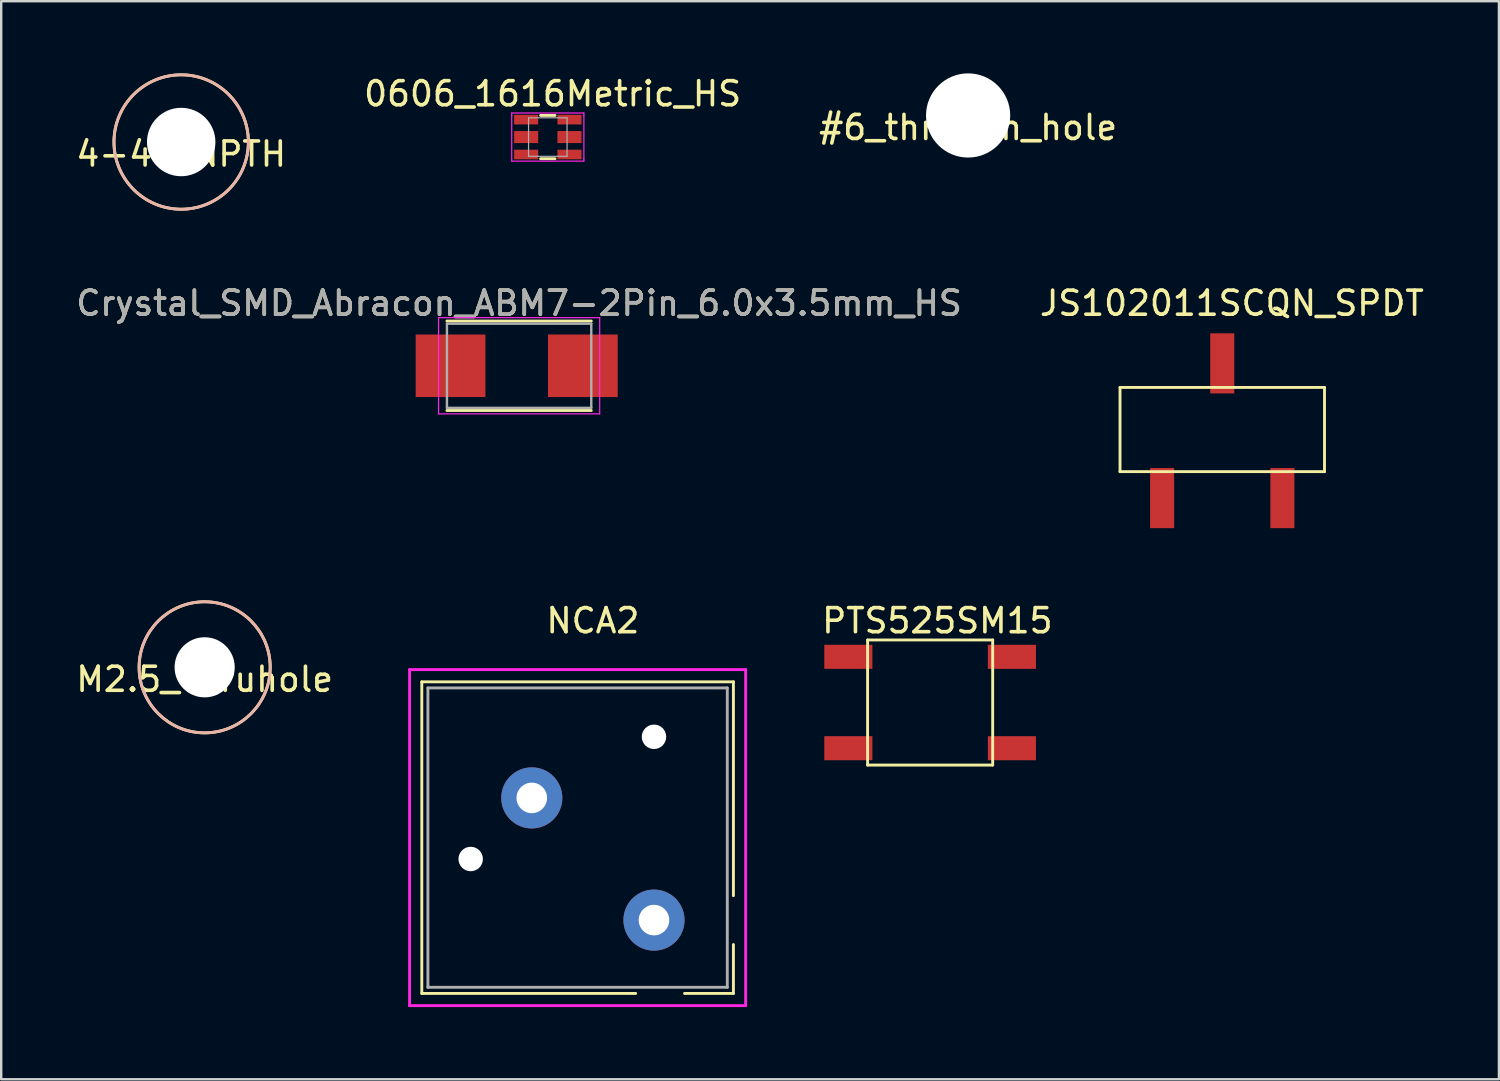
<source format=kicad_pcb>
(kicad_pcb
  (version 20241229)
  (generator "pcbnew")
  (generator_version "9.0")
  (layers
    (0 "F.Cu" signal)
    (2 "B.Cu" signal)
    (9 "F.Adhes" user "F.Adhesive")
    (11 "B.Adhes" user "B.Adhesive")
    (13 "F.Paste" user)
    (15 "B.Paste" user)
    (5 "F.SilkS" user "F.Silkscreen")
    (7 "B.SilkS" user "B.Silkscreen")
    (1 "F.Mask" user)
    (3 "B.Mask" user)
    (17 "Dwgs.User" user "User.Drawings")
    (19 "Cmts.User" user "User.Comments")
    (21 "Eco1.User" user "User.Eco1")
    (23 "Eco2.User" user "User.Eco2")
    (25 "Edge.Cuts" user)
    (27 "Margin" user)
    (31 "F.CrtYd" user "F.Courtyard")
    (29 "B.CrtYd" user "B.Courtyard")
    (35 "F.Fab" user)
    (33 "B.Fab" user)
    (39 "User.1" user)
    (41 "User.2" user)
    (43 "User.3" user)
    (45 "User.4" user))
  (footprint "4-40_NPTH"
    (layer "F.Cu")
    (at 4.482 2.854)
    (property "Reference" "4-40_NPTH" (at 0 0.5 0) (layer "F.SilkS") (effects (font (size 1 1) (thickness 0.15))))
    (attr through_hole)
    (fp_circle (center 0 0) (end 2.794 0) (stroke (width 0.12) (type solid)) (fill no) (layer "F.SilkS"))
    (fp_circle (center 0 0) (end 2.794 0) (stroke (width 0.12) (type solid)) (fill no) (layer "B.SilkS"))
    (pad "" np_thru_hole circle (at 0 0) (size 2.845 2.845) (drill 2.845) (layers "*.Cu" "*.Mask")))
  (footprint "NCA2"
    (layer "F.Cu")
    (at 24.137 35.2)
    (property "Reference" "NCA2" (at -2.54 -12.446 0) (layer "F.SilkS") (effects (font (size 1 1) (thickness 0.15))))
    (attr through_hole)
    (fp_line (start -9.652 -9.906) (end 3.302 -9.906) (stroke (width 0.12) (type solid)) (layer "F.SilkS"))
    (fp_line (start -9.652 3.048) (end -9.652 -9.906) (stroke (width 0.12) (type solid)) (layer "F.SilkS"))
    (fp_line (start -0.762 3.048) (end -9.652 3.048) (stroke (width 0.12) (type solid)) (layer "F.SilkS"))
    (fp_line (start 3.302 -9.906) (end 3.302 -1.016) (stroke (width 0.12) (type solid)) (layer "F.SilkS"))
    (fp_line (start 3.302 3.048) (end 1.27 3.048) (stroke (width 0.12) (type solid)) (layer "F.SilkS"))
    (fp_line (start 3.302 3.048) (end 3.302 1.016) (stroke (width 0.12) (type solid)) (layer "F.SilkS"))
    (fp_line (start -10.16 -10.414) (end 3.81 -10.414) (stroke (width 0.12) (type solid)) (layer "F.CrtYd"))
    (fp_line (start -10.16 3.556) (end -10.16 -10.414) (stroke (width 0.12) (type solid)) (layer "F.CrtYd"))
    (fp_line (start 3.81 -10.414) (end 3.81 3.556) (stroke (width 0.12) (type solid)) (layer "F.CrtYd"))
    (fp_line (start 3.81 3.556) (end -10.16 3.556) (stroke (width 0.12) (type solid)) (layer "F.CrtYd"))
    (fp_line (start -9.398 -9.652) (end 3.048 -9.652) (stroke (width 0.12) (type solid)) (layer "F.Fab"))
    (fp_line (start -9.398 2.794) (end -9.398 -9.652) (stroke (width 0.12) (type solid)) (layer "F.Fab"))
    (fp_line (start 3.048 -9.652) (end 3.048 2.794) (stroke (width 0.12) (type solid)) (layer "F.Fab"))
    (fp_line (start 3.048 2.794) (end -9.398 2.794) (stroke (width 0.12) (type solid)) (layer "F.Fab"))
    (pad "" np_thru_hole circle (at -7.62 -2.54) (size 1.016 1.016) (drill 1.016) (layers "*.Cu" "*.Mask"))
    (pad "" np_thru_hole circle (at 0 -7.62) (size 1.016 1.016) (drill 1.016) (layers "*.Cu" "*.Mask"))
    (pad "1" thru_hole circle (at 0 0) (size 2.54 2.54) (drill 1.27) (layers "*.Cu" "*.Mask"))
    (pad "2" thru_hole circle (at -5.08 -5.08) (size 2.54 2.54) (drill 1.27) (layers "*.Cu" "*.Mask")))
  (footprint "0606_1616Metric_HS"
    (layer "F.Cu")
    (at 19.723 2.648)
    (property "Reference" "0606_1616Metric_HS" (at 0.2 -1.8 0) (layer "F.SilkS") (effects (font (size 1 1) (thickness 0.15))))
    (attr through_hole)
    (fp_line (start -0.3 -0.9) (end 0.3 -0.9) (stroke (width 0.12) (type solid)) (layer "F.SilkS"))
    (fp_line (start -0.3 0.9) (end 0.3 0.9) (stroke (width 0.12) (type solid)) (layer "F.SilkS"))
    (fp_line (start -1.5 -1) (end -1.5 -0.9) (stroke (width 0.05) (type solid)) (layer "F.CrtYd"))
    (fp_line (start -1.5 -1) (end 1.5 -1) (stroke (width 0.05) (type solid)) (layer "F.CrtYd"))
    (fp_line (start -1.5 0.9) (end -1.5 -0.9) (stroke (width 0.05) (type solid)) (layer "F.CrtYd"))
    (fp_line (start -1.5 1) (end -1.5 0.9) (stroke (width 0.05) (type solid)) (layer "F.CrtYd"))
    (fp_line (start -1.5 1) (end 1.5 1) (stroke (width 0.05) (type solid)) (layer "F.CrtYd"))
    (fp_line (start 1.5 -0.9) (end 1.5 -1) (stroke (width 0.05) (type solid)) (layer "F.CrtYd"))
    (fp_line (start 1.5 -0.9) (end 1.5 0.9) (stroke (width 0.05) (type solid)) (layer "F.CrtYd"))
    (fp_line (start 1.5 1) (end 1.5 0.9) (stroke (width 0.05) (type solid)) (layer "F.CrtYd"))
    (fp_line (start -0.8 -0.8) (end 0.8 -0.8) (stroke (width 0.05) (type solid)) (layer "F.Fab"))
    (fp_line (start -0.8 0.8) (end -0.8 -0.8) (stroke (width 0.05) (type solid)) (layer "F.Fab"))
    (fp_line (start 0.8 -0.8) (end 0.8 0.8) (stroke (width 0.05) (type solid)) (layer "F.Fab"))
    (fp_line (start 0.8 0.8) (end -0.8 0.8) (stroke (width 0.05) (type solid)) (layer "F.Fab"))
    (pad "1" smd rect (at 0.9 -0.725 180) (size 1 0.4) (layers "F.Cu" "F.Mask" "F.Paste"))
    (pad "2" smd rect (at -0.9 -0.725) (size 1 0.4) (layers "F.Cu" "F.Mask" "F.Paste"))
    (pad "3" smd rect (at 0.9 0 180) (size 1 0.5) (layers "F.Cu" "F.Mask" "F.Paste"))
    (pad "4" smd rect (at -0.9 0) (size 1 0.5) (layers "F.Cu" "F.Mask" "F.Paste"))
    (pad "5" smd rect (at 0.9 0.725 180) (size 1 0.4) (layers "F.Cu" "F.Mask" "F.Paste"))
    (pad "6" smd rect (at -0.9 0.725) (size 1 0.4) (layers "F.Cu" "F.Mask" "F.Paste")))
  (footprint "#6_through_hole"
    (layer "F.Cu")
    (at 37.196 1.75)
    (property "Reference" "#6_through_hole" (at 0 0.5 0) (layer "F.SilkS") (effects (font (size 1 1) (thickness 0.15))))
    (attr through_hole)
    (pad "" np_thru_hole circle (at 0 0) (size 3.5 3.5) (drill 3.5) (layers "*.Cu" "*.Mask")))
  (footprint "Crystal_SMD_Abracon_ABM7-2Pin_6.0x3.5mm_HS"
    (layer "F.Cu")
    (at 18.53 12.156)
    (property "Reference" "Crystal_SMD_Abracon_ABM7-2Pin_6.0x3.5mm_HS" (at 0 -2.6 0) (layer "F.SilkS") (effects (font (size 1 1) (thickness 0.15))))
    (attr smd)
    (fp_line (start -3 -1.86) (end 3 -1.86) (stroke (width 0.12) (type solid)) (layer "F.SilkS"))
    (fp_line (start -3 1.86) (end 3 1.86) (stroke (width 0.12) (type solid)) (layer "F.SilkS"))
    (fp_line (start -3.35 -2) (end -3.35 2) (stroke (width 0.05) (type solid)) (layer "F.CrtYd"))
    (fp_line (start -3.35 -2) (end 3.35 -2) (stroke (width 0.05) (type solid)) (layer "F.CrtYd"))
    (fp_line (start 3.35 2) (end -3.35 2) (stroke (width 0.05) (type solid)) (layer "F.CrtYd"))
    (fp_line (start 3.35 2) (end 3.35 -2) (stroke (width 0.05) (type solid)) (layer "F.CrtYd"))
    (fp_line (start -3 -1.75) (end -3 1.75) (stroke (width 0.1) (type solid)) (layer "F.Fab"))
    (fp_line (start -3 -1.75) (end 3 -1.75) (stroke (width 0.1) (type solid)) (layer "F.Fab"))
    (fp_line (start -3 1.75) (end 3 1.75) (stroke (width 0.1) (type solid)) (layer "F.Fab"))
    (fp_line (start 3 -1.75) (end 3 1.75) (stroke (width 0.1) (type solid)) (layer "F.Fab"))
    (fp_text user "${REFERENCE}" (at 0 -2.6 0) (layer "F.Fab") (effects (font (size 1 1) (thickness 0.15))))
    (pad "1" smd rect (at -2.85 0) (size 2.9 2.6) (layers "F.Cu" "F.Mask" "F.Paste"))
    (pad "2" smd rect (at 2.65 0) (size 2.9 2.6) (layers "F.Cu" "F.Mask" "F.Paste")))
  (footprint "JS102011SCQN_SPDT"
    (layer "F.Cu")
    (at 45.261 17.556)
    (property "Reference" "JS102011SCQN_SPDT" (at 2.9 -8 0) (layer "F.SilkS") (effects (font (size 1 1) (thickness 0.15))))
    (attr through_hole)
    (fp_line (start -1.75 -4.5) (end 6.75 -4.5) (stroke (width 0.12) (type solid)) (layer "F.SilkS"))
    (fp_line (start -1.75 -1) (end -1.75 -4.5) (stroke (width 0.12) (type solid)) (layer "F.SilkS"))
    (fp_line (start 6.75 -4.5) (end 6.75 -1) (stroke (width 0.12) (type solid)) (layer "F.SilkS"))
    (fp_line (start 6.75 -1) (end -1.75 -1) (stroke (width 0.12) (type solid)) (layer "F.SilkS"))
    (pad "1" smd rect (at 0 0.1) (size 1 2.5) (layers "F.Cu" "F.Mask" "F.Paste"))
    (pad "2" smd rect (at 2.5 -5.5) (size 1 2.5) (layers "F.Cu" "F.Mask" "F.Paste"))
    (pad "3" smd rect (at 5 0.1) (size 1 2.5) (layers "F.Cu" "F.Mask" "F.Paste")))
  (footprint "M2.5_Thruhole"
    (layer "F.Cu")
    (at 5.458 24.691)
    (property "Reference" "M2.5_Thruhole" (at 0 0.5 0) (layer "F.SilkS") (effects (font (size 1 1) (thickness 0.15))))
    (attr through_hole)
    (fp_circle (center 0 0) (end 2.725 0) (stroke (width 0.12) (type solid)) (fill no) (layer "F.SilkS"))
    (fp_circle (center 0 0) (end 2.725 0) (stroke (width 0.12) (type solid)) (fill no) (layer "B.SilkS"))
    (pad "" np_thru_hole circle (at 0 0) (size 2.5 2.5) (drill 2.5) (layers "*.Cu" "*.Mask")))
  (footprint "PTS525SM15"
    (layer "F.Cu")
    (at 32.117 24.255)
    (property "Reference" "PTS525SM15" (at 3.8 -1.5 0) (layer "F.SilkS") (effects (font (size 1 1) (thickness 0.15))))
    (attr through_hole)
    (fp_line (start 0.9 -0.7) (end 6.1 -0.7) (stroke (width 0.12) (type solid)) (layer "F.SilkS"))
    (fp_line (start 0.9 4.5) (end 0.9 -0.7) (stroke (width 0.12) (type solid)) (layer "F.SilkS"))
    (fp_line (start 6.1 -0.7) (end 6.1 4.5) (stroke (width 0.12) (type solid)) (layer "F.SilkS"))
    (fp_line (start 6.1 4.5) (end 0.9 4.5) (stroke (width 0.12) (type solid)) (layer "F.SilkS"))
    (pad "1" smd rect (at 0.1 0) (size 2 1) (layers "F.Cu" "F.Mask" "F.Paste"))
    (pad "2" smd rect (at 6.9 0) (size 2 1) (layers "F.Cu" "F.Mask" "F.Paste"))
    (pad "3" smd rect (at 0.1 3.8) (size 2 1) (layers "F.Cu" "F.Mask" "F.Paste"))
    (pad "4" smd rect (at 6.9 3.8) (size 2 1) (layers "F.Cu" "F.Mask" "F.Paste")))
  (gr_rect
    (start -3 -3)
    (end 59.262 41.816)
    (stroke (width 0.1) (type default))
    (fill no)
    (layer "Edge.Cuts")))
</source>
